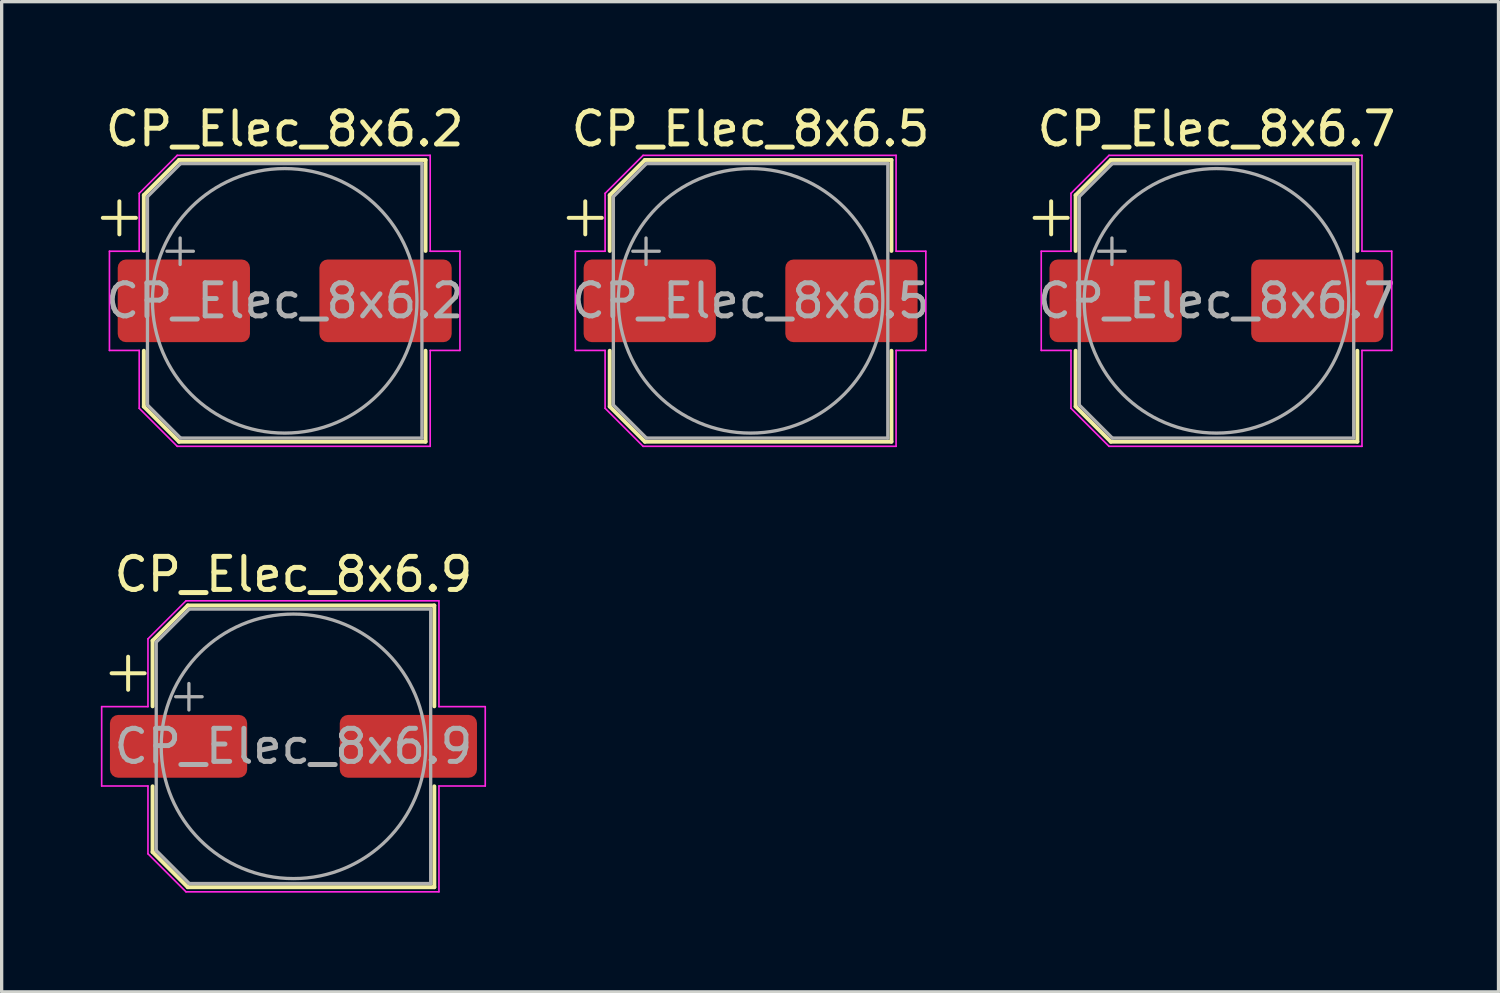
<source format=kicad_pcb>
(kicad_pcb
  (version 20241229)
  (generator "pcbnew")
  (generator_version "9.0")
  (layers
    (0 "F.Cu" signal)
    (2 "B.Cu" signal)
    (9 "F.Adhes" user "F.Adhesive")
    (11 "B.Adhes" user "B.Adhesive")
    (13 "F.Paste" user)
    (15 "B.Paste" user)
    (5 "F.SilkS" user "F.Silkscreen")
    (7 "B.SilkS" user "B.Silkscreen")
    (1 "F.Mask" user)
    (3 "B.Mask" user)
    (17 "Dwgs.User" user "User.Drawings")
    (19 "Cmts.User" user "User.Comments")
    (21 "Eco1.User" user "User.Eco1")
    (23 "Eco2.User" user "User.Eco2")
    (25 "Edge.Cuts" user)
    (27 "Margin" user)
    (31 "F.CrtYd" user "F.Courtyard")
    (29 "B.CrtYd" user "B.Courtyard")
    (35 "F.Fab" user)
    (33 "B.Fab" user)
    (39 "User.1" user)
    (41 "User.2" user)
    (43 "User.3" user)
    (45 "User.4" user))
  (footprint "CP_Elec_8x6.2"
    (layer "F.Cu")
    (at 5.56 6.048)
    (property "Reference" "CP_Elec_8x6.2" (at 0 -5.2 0) (layer "F.SilkS") (effects (font (size 1 1) (thickness 0.15))))
    (attr smd)
    (fp_line (start -5.5 -2.51) (end -4.5 -2.51) (stroke (width 0.12) (type solid)) (layer "F.SilkS"))
    (fp_line (start -5 -3.01) (end -5 -2.01) (stroke (width 0.12) (type solid)) (layer "F.SilkS"))
    (fp_line (start -4.26 -3.196) (end -4.26 -1.51) (stroke (width 0.12) (type solid)) (layer "F.SilkS"))
    (fp_line (start -4.26 -3.196) (end -3.196 -4.26) (stroke (width 0.12) (type solid)) (layer "F.SilkS"))
    (fp_line (start -4.26 3.196) (end -4.26 1.51) (stroke (width 0.12) (type solid)) (layer "F.SilkS"))
    (fp_line (start -4.26 3.196) (end -3.196 4.26) (stroke (width 0.12) (type solid)) (layer "F.SilkS"))
    (fp_line (start -3.196 -4.26) (end 4.26 -4.26) (stroke (width 0.12) (type solid)) (layer "F.SilkS"))
    (fp_line (start -3.196 4.26) (end 4.26 4.26) (stroke (width 0.12) (type solid)) (layer "F.SilkS"))
    (fp_line (start 4.26 -4.26) (end 4.26 -1.51) (stroke (width 0.12) (type solid)) (layer "F.SilkS"))
    (fp_line (start 4.26 4.26) (end 4.26 1.51) (stroke (width 0.12) (type solid)) (layer "F.SilkS"))
    (fp_line (start -5.3 -1.5) (end -5.3 1.5) (stroke (width 0.05) (type solid)) (layer "F.CrtYd"))
    (fp_line (start -5.3 1.5) (end -4.4 1.5) (stroke (width 0.05) (type solid)) (layer "F.CrtYd"))
    (fp_line (start -4.4 -3.25) (end -4.4 -1.5) (stroke (width 0.05) (type solid)) (layer "F.CrtYd"))
    (fp_line (start -4.4 -3.25) (end -3.25 -4.4) (stroke (width 0.05) (type solid)) (layer "F.CrtYd"))
    (fp_line (start -4.4 -1.5) (end -5.3 -1.5) (stroke (width 0.05) (type solid)) (layer "F.CrtYd"))
    (fp_line (start -4.4 1.5) (end -4.4 3.25) (stroke (width 0.05) (type solid)) (layer "F.CrtYd"))
    (fp_line (start -4.4 3.25) (end -3.25 4.4) (stroke (width 0.05) (type solid)) (layer "F.CrtYd"))
    (fp_line (start -3.25 -4.4) (end 4.4 -4.4) (stroke (width 0.05) (type solid)) (layer "F.CrtYd"))
    (fp_line (start -3.25 4.4) (end 4.4 4.4) (stroke (width 0.05) (type solid)) (layer "F.CrtYd"))
    (fp_line (start 4.4 -4.4) (end 4.4 -1.5) (stroke (width 0.05) (type solid)) (layer "F.CrtYd"))
    (fp_line (start 4.4 -1.5) (end 5.3 -1.5) (stroke (width 0.05) (type solid)) (layer "F.CrtYd"))
    (fp_line (start 4.4 1.5) (end 4.4 4.4) (stroke (width 0.05) (type solid)) (layer "F.CrtYd"))
    (fp_line (start 5.3 -1.5) (end 5.3 1.5) (stroke (width 0.05) (type solid)) (layer "F.CrtYd"))
    (fp_line (start 5.3 1.5) (end 4.4 1.5) (stroke (width 0.05) (type solid)) (layer "F.CrtYd"))
    (fp_line (start -4.15 -3.15) (end -4.15 3.15) (stroke (width 0.1) (type solid)) (layer "F.Fab"))
    (fp_line (start -4.15 -3.15) (end -3.15 -4.15) (stroke (width 0.1) (type solid)) (layer "F.Fab"))
    (fp_line (start -4.15 3.15) (end -3.15 4.15) (stroke (width 0.1) (type solid)) (layer "F.Fab"))
    (fp_line (start -3.562 -1.5) (end -2.762 -1.5) (stroke (width 0.1) (type solid)) (layer "F.Fab"))
    (fp_line (start -3.162 -1.9) (end -3.162 -1.1) (stroke (width 0.1) (type solid)) (layer "F.Fab"))
    (fp_line (start -3.15 -4.15) (end 4.15 -4.15) (stroke (width 0.1) (type solid)) (layer "F.Fab"))
    (fp_line (start -3.15 4.15) (end 4.15 4.15) (stroke (width 0.1) (type solid)) (layer "F.Fab"))
    (fp_line (start 4.15 -4.15) (end 4.15 4.15) (stroke (width 0.1) (type solid)) (layer "F.Fab"))
    (fp_circle (center 0 0) (end 4 0) (stroke (width 0.1) (type solid)) (fill no) (layer "F.Fab"))
    (fp_text user "${REFERENCE}" (at 0 0 0) (layer "F.Fab") (effects (font (size 1 1) (thickness 0.15))))
    (pad "1" smd roundrect (at -3.05 0) (size 4 2.5) (layers "F.Cu" "F.Mask" "F.Paste") (roundrect_rratio 0.1))
    (pad "2" smd roundrect (at 3.05 0) (size 4 2.5) (layers "F.Cu" "F.Mask" "F.Paste") (roundrect_rratio 0.1)))
  (footprint "CP_Elec_8x6.5"
    (layer "F.Cu")
    (at 19.65 6.048)
    (property "Reference" "CP_Elec_8x6.5" (at 0 -5.2 0) (layer "F.SilkS") (effects (font (size 1 1) (thickness 0.15))))
    (attr smd)
    (fp_line (start -5.5 -2.51) (end -4.5 -2.51) (stroke (width 0.12) (type solid)) (layer "F.SilkS"))
    (fp_line (start -5 -3.01) (end -5 -2.01) (stroke (width 0.12) (type solid)) (layer "F.SilkS"))
    (fp_line (start -4.26 -3.196) (end -4.26 -1.51) (stroke (width 0.12) (type solid)) (layer "F.SilkS"))
    (fp_line (start -4.26 -3.196) (end -3.196 -4.26) (stroke (width 0.12) (type solid)) (layer "F.SilkS"))
    (fp_line (start -4.26 3.196) (end -4.26 1.51) (stroke (width 0.12) (type solid)) (layer "F.SilkS"))
    (fp_line (start -4.26 3.196) (end -3.196 4.26) (stroke (width 0.12) (type solid)) (layer "F.SilkS"))
    (fp_line (start -3.196 -4.26) (end 4.26 -4.26) (stroke (width 0.12) (type solid)) (layer "F.SilkS"))
    (fp_line (start -3.196 4.26) (end 4.26 4.26) (stroke (width 0.12) (type solid)) (layer "F.SilkS"))
    (fp_line (start 4.26 -4.26) (end 4.26 -1.51) (stroke (width 0.12) (type solid)) (layer "F.SilkS"))
    (fp_line (start 4.26 4.26) (end 4.26 1.51) (stroke (width 0.12) (type solid)) (layer "F.SilkS"))
    (fp_line (start -5.3 -1.5) (end -5.3 1.5) (stroke (width 0.05) (type solid)) (layer "F.CrtYd"))
    (fp_line (start -5.3 1.5) (end -4.4 1.5) (stroke (width 0.05) (type solid)) (layer "F.CrtYd"))
    (fp_line (start -4.4 -3.25) (end -4.4 -1.5) (stroke (width 0.05) (type solid)) (layer "F.CrtYd"))
    (fp_line (start -4.4 -3.25) (end -3.25 -4.4) (stroke (width 0.05) (type solid)) (layer "F.CrtYd"))
    (fp_line (start -4.4 -1.5) (end -5.3 -1.5) (stroke (width 0.05) (type solid)) (layer "F.CrtYd"))
    (fp_line (start -4.4 1.5) (end -4.4 3.25) (stroke (width 0.05) (type solid)) (layer "F.CrtYd"))
    (fp_line (start -4.4 3.25) (end -3.25 4.4) (stroke (width 0.05) (type solid)) (layer "F.CrtYd"))
    (fp_line (start -3.25 -4.4) (end 4.4 -4.4) (stroke (width 0.05) (type solid)) (layer "F.CrtYd"))
    (fp_line (start -3.25 4.4) (end 4.4 4.4) (stroke (width 0.05) (type solid)) (layer "F.CrtYd"))
    (fp_line (start 4.4 -4.4) (end 4.4 -1.5) (stroke (width 0.05) (type solid)) (layer "F.CrtYd"))
    (fp_line (start 4.4 -1.5) (end 5.3 -1.5) (stroke (width 0.05) (type solid)) (layer "F.CrtYd"))
    (fp_line (start 4.4 1.5) (end 4.4 4.4) (stroke (width 0.05) (type solid)) (layer "F.CrtYd"))
    (fp_line (start 5.3 -1.5) (end 5.3 1.5) (stroke (width 0.05) (type solid)) (layer "F.CrtYd"))
    (fp_line (start 5.3 1.5) (end 4.4 1.5) (stroke (width 0.05) (type solid)) (layer "F.CrtYd"))
    (fp_line (start -4.15 -3.15) (end -4.15 3.15) (stroke (width 0.1) (type solid)) (layer "F.Fab"))
    (fp_line (start -4.15 -3.15) (end -3.15 -4.15) (stroke (width 0.1) (type solid)) (layer "F.Fab"))
    (fp_line (start -4.15 3.15) (end -3.15 4.15) (stroke (width 0.1) (type solid)) (layer "F.Fab"))
    (fp_line (start -3.562 -1.5) (end -2.762 -1.5) (stroke (width 0.1) (type solid)) (layer "F.Fab"))
    (fp_line (start -3.162 -1.9) (end -3.162 -1.1) (stroke (width 0.1) (type solid)) (layer "F.Fab"))
    (fp_line (start -3.15 -4.15) (end 4.15 -4.15) (stroke (width 0.1) (type solid)) (layer "F.Fab"))
    (fp_line (start -3.15 4.15) (end 4.15 4.15) (stroke (width 0.1) (type solid)) (layer "F.Fab"))
    (fp_line (start 4.15 -4.15) (end 4.15 4.15) (stroke (width 0.1) (type solid)) (layer "F.Fab"))
    (fp_circle (center 0 0) (end 4 0) (stroke (width 0.1) (type solid)) (fill no) (layer "F.Fab"))
    (fp_text user "${REFERENCE}" (at 0 0 0) (layer "F.Fab") (effects (font (size 1 1) (thickness 0.15))))
    (pad "1" smd roundrect (at -3.05 0) (size 4 2.5) (layers "F.Cu" "F.Mask" "F.Paste") (roundrect_rratio 0.1))
    (pad "2" smd roundrect (at 3.05 0) (size 4 2.5) (layers "F.Cu" "F.Mask" "F.Paste") (roundrect_rratio 0.1)))
  (footprint "CP_Elec_8x6.9"
    (layer "F.Cu")
    (at 5.825 19.521)
    (property "Reference" "CP_Elec_8x6.9" (at 0 -5.2 0) (layer "F.SilkS") (effects (font (size 1 1) (thickness 0.15))))
    (attr smd)
    (fp_line (start -5.5 -2.21) (end -4.5 -2.21) (stroke (width 0.12) (type solid)) (layer "F.SilkS"))
    (fp_line (start -5 -2.71) (end -5 -1.71) (stroke (width 0.12) (type solid)) (layer "F.SilkS"))
    (fp_line (start -4.26 -3.196) (end -4.26 -1.21) (stroke (width 0.12) (type solid)) (layer "F.SilkS"))
    (fp_line (start -4.26 -3.196) (end -3.196 -4.26) (stroke (width 0.12) (type solid)) (layer "F.SilkS"))
    (fp_line (start -4.26 3.196) (end -4.26 1.21) (stroke (width 0.12) (type solid)) (layer "F.SilkS"))
    (fp_line (start -4.26 3.196) (end -3.196 4.26) (stroke (width 0.12) (type solid)) (layer "F.SilkS"))
    (fp_line (start -3.196 -4.26) (end 4.26 -4.26) (stroke (width 0.12) (type solid)) (layer "F.SilkS"))
    (fp_line (start -3.196 4.26) (end 4.26 4.26) (stroke (width 0.12) (type solid)) (layer "F.SilkS"))
    (fp_line (start 4.26 -4.26) (end 4.26 -1.21) (stroke (width 0.12) (type solid)) (layer "F.SilkS"))
    (fp_line (start 4.26 4.26) (end 4.26 1.21) (stroke (width 0.12) (type solid)) (layer "F.SilkS"))
    (fp_line (start -5.8 -1.2) (end -5.8 1.2) (stroke (width 0.05) (type solid)) (layer "F.CrtYd"))
    (fp_line (start -5.8 1.2) (end -4.4 1.2) (stroke (width 0.05) (type solid)) (layer "F.CrtYd"))
    (fp_line (start -4.4 -3.25) (end -4.4 -1.2) (stroke (width 0.05) (type solid)) (layer "F.CrtYd"))
    (fp_line (start -4.4 -3.25) (end -3.25 -4.4) (stroke (width 0.05) (type solid)) (layer "F.CrtYd"))
    (fp_line (start -4.4 -1.2) (end -5.8 -1.2) (stroke (width 0.05) (type solid)) (layer "F.CrtYd"))
    (fp_line (start -4.4 1.2) (end -4.4 3.25) (stroke (width 0.05) (type solid)) (layer "F.CrtYd"))
    (fp_line (start -4.4 3.25) (end -3.25 4.4) (stroke (width 0.05) (type solid)) (layer "F.CrtYd"))
    (fp_line (start -3.25 -4.4) (end 4.4 -4.4) (stroke (width 0.05) (type solid)) (layer "F.CrtYd"))
    (fp_line (start -3.25 4.4) (end 4.4 4.4) (stroke (width 0.05) (type solid)) (layer "F.CrtYd"))
    (fp_line (start 4.4 -4.4) (end 4.4 -1.2) (stroke (width 0.05) (type solid)) (layer "F.CrtYd"))
    (fp_line (start 4.4 -1.2) (end 5.8 -1.2) (stroke (width 0.05) (type solid)) (layer "F.CrtYd"))
    (fp_line (start 4.4 1.2) (end 4.4 4.4) (stroke (width 0.05) (type solid)) (layer "F.CrtYd"))
    (fp_line (start 5.8 -1.2) (end 5.8 1.2) (stroke (width 0.05) (type solid)) (layer "F.CrtYd"))
    (fp_line (start 5.8 1.2) (end 4.4 1.2) (stroke (width 0.05) (type solid)) (layer "F.CrtYd"))
    (fp_line (start -4.15 -3.15) (end -4.15 3.15) (stroke (width 0.1) (type solid)) (layer "F.Fab"))
    (fp_line (start -4.15 -3.15) (end -3.15 -4.15) (stroke (width 0.1) (type solid)) (layer "F.Fab"))
    (fp_line (start -4.15 3.15) (end -3.15 4.15) (stroke (width 0.1) (type solid)) (layer "F.Fab"))
    (fp_line (start -3.562 -1.5) (end -2.762 -1.5) (stroke (width 0.1) (type solid)) (layer "F.Fab"))
    (fp_line (start -3.162 -1.9) (end -3.162 -1.1) (stroke (width 0.1) (type solid)) (layer "F.Fab"))
    (fp_line (start -3.15 -4.15) (end 4.15 -4.15) (stroke (width 0.1) (type solid)) (layer "F.Fab"))
    (fp_line (start -3.15 4.15) (end 4.15 4.15) (stroke (width 0.1) (type solid)) (layer "F.Fab"))
    (fp_line (start 4.15 -4.15) (end 4.15 4.15) (stroke (width 0.1) (type solid)) (layer "F.Fab"))
    (fp_circle (center 0 0) (end 4 0) (stroke (width 0.1) (type solid)) (fill no) (layer "F.Fab"))
    (fp_text user "${REFERENCE}" (at 0 0 0) (layer "F.Fab") (effects (font (size 1 1) (thickness 0.15))))
    (pad "1" smd roundrect (at -3.475 0) (size 4.15 1.9) (layers "F.Cu" "F.Mask" "F.Paste") (roundrect_rratio 0.132))
    (pad "2" smd roundrect (at 3.475 0) (size 4.15 1.9) (layers "F.Cu" "F.Mask" "F.Paste") (roundrect_rratio 0.132)))
  (footprint "CP_Elec_8x6.7"
    (layer "F.Cu")
    (at 33.74 6.048)
    (property "Reference" "CP_Elec_8x6.7" (at 0 -5.2 0) (layer "F.SilkS") (effects (font (size 1 1) (thickness 0.15))))
    (attr smd)
    (fp_line (start -5.5 -2.51) (end -4.5 -2.51) (stroke (width 0.12) (type solid)) (layer "F.SilkS"))
    (fp_line (start -5 -3.01) (end -5 -2.01) (stroke (width 0.12) (type solid)) (layer "F.SilkS"))
    (fp_line (start -4.26 -3.196) (end -4.26 -1.51) (stroke (width 0.12) (type solid)) (layer "F.SilkS"))
    (fp_line (start -4.26 -3.196) (end -3.196 -4.26) (stroke (width 0.12) (type solid)) (layer "F.SilkS"))
    (fp_line (start -4.26 3.196) (end -4.26 1.51) (stroke (width 0.12) (type solid)) (layer "F.SilkS"))
    (fp_line (start -4.26 3.196) (end -3.196 4.26) (stroke (width 0.12) (type solid)) (layer "F.SilkS"))
    (fp_line (start -3.196 -4.26) (end 4.26 -4.26) (stroke (width 0.12) (type solid)) (layer "F.SilkS"))
    (fp_line (start -3.196 4.26) (end 4.26 4.26) (stroke (width 0.12) (type solid)) (layer "F.SilkS"))
    (fp_line (start 4.26 -4.26) (end 4.26 -1.51) (stroke (width 0.12) (type solid)) (layer "F.SilkS"))
    (fp_line (start 4.26 4.26) (end 4.26 1.51) (stroke (width 0.12) (type solid)) (layer "F.SilkS"))
    (fp_line (start -5.3 -1.5) (end -5.3 1.5) (stroke (width 0.05) (type solid)) (layer "F.CrtYd"))
    (fp_line (start -5.3 1.5) (end -4.4 1.5) (stroke (width 0.05) (type solid)) (layer "F.CrtYd"))
    (fp_line (start -4.4 -3.25) (end -4.4 -1.5) (stroke (width 0.05) (type solid)) (layer "F.CrtYd"))
    (fp_line (start -4.4 -3.25) (end -3.25 -4.4) (stroke (width 0.05) (type solid)) (layer "F.CrtYd"))
    (fp_line (start -4.4 -1.5) (end -5.3 -1.5) (stroke (width 0.05) (type solid)) (layer "F.CrtYd"))
    (fp_line (start -4.4 1.5) (end -4.4 3.25) (stroke (width 0.05) (type solid)) (layer "F.CrtYd"))
    (fp_line (start -4.4 3.25) (end -3.25 4.4) (stroke (width 0.05) (type solid)) (layer "F.CrtYd"))
    (fp_line (start -3.25 -4.4) (end 4.4 -4.4) (stroke (width 0.05) (type solid)) (layer "F.CrtYd"))
    (fp_line (start -3.25 4.4) (end 4.4 4.4) (stroke (width 0.05) (type solid)) (layer "F.CrtYd"))
    (fp_line (start 4.4 -4.4) (end 4.4 -1.5) (stroke (width 0.05) (type solid)) (layer "F.CrtYd"))
    (fp_line (start 4.4 -1.5) (end 5.3 -1.5) (stroke (width 0.05) (type solid)) (layer "F.CrtYd"))
    (fp_line (start 4.4 1.5) (end 4.4 4.4) (stroke (width 0.05) (type solid)) (layer "F.CrtYd"))
    (fp_line (start 5.3 -1.5) (end 5.3 1.5) (stroke (width 0.05) (type solid)) (layer "F.CrtYd"))
    (fp_line (start 5.3 1.5) (end 4.4 1.5) (stroke (width 0.05) (type solid)) (layer "F.CrtYd"))
    (fp_line (start -4.15 -3.15) (end -4.15 3.15) (stroke (width 0.1) (type solid)) (layer "F.Fab"))
    (fp_line (start -4.15 -3.15) (end -3.15 -4.15) (stroke (width 0.1) (type solid)) (layer "F.Fab"))
    (fp_line (start -4.15 3.15) (end -3.15 4.15) (stroke (width 0.1) (type solid)) (layer "F.Fab"))
    (fp_line (start -3.562 -1.5) (end -2.762 -1.5) (stroke (width 0.1) (type solid)) (layer "F.Fab"))
    (fp_line (start -3.162 -1.9) (end -3.162 -1.1) (stroke (width 0.1) (type solid)) (layer "F.Fab"))
    (fp_line (start -3.15 -4.15) (end 4.15 -4.15) (stroke (width 0.1) (type solid)) (layer "F.Fab"))
    (fp_line (start -3.15 4.15) (end 4.15 4.15) (stroke (width 0.1) (type solid)) (layer "F.Fab"))
    (fp_line (start 4.15 -4.15) (end 4.15 4.15) (stroke (width 0.1) (type solid)) (layer "F.Fab"))
    (fp_circle (center 0 0) (end 4 0) (stroke (width 0.1) (type solid)) (fill no) (layer "F.Fab"))
    (fp_text user "${REFERENCE}" (at 0 0 0) (layer "F.Fab") (effects (font (size 1 1) (thickness 0.15))))
    (pad "1" smd roundrect (at -3.05 0) (size 4 2.5) (layers "F.Cu" "F.Mask" "F.Paste") (roundrect_rratio 0.1))
    (pad "2" smd roundrect (at 3.05 0) (size 4 2.5) (layers "F.Cu" "F.Mask" "F.Paste") (roundrect_rratio 0.1)))
  (gr_rect
    (start -3 -3)
    (end 42.269 26.947)
    (stroke (width 0.1) (type default))
    (fill no)
    (layer "Edge.Cuts")))
</source>
